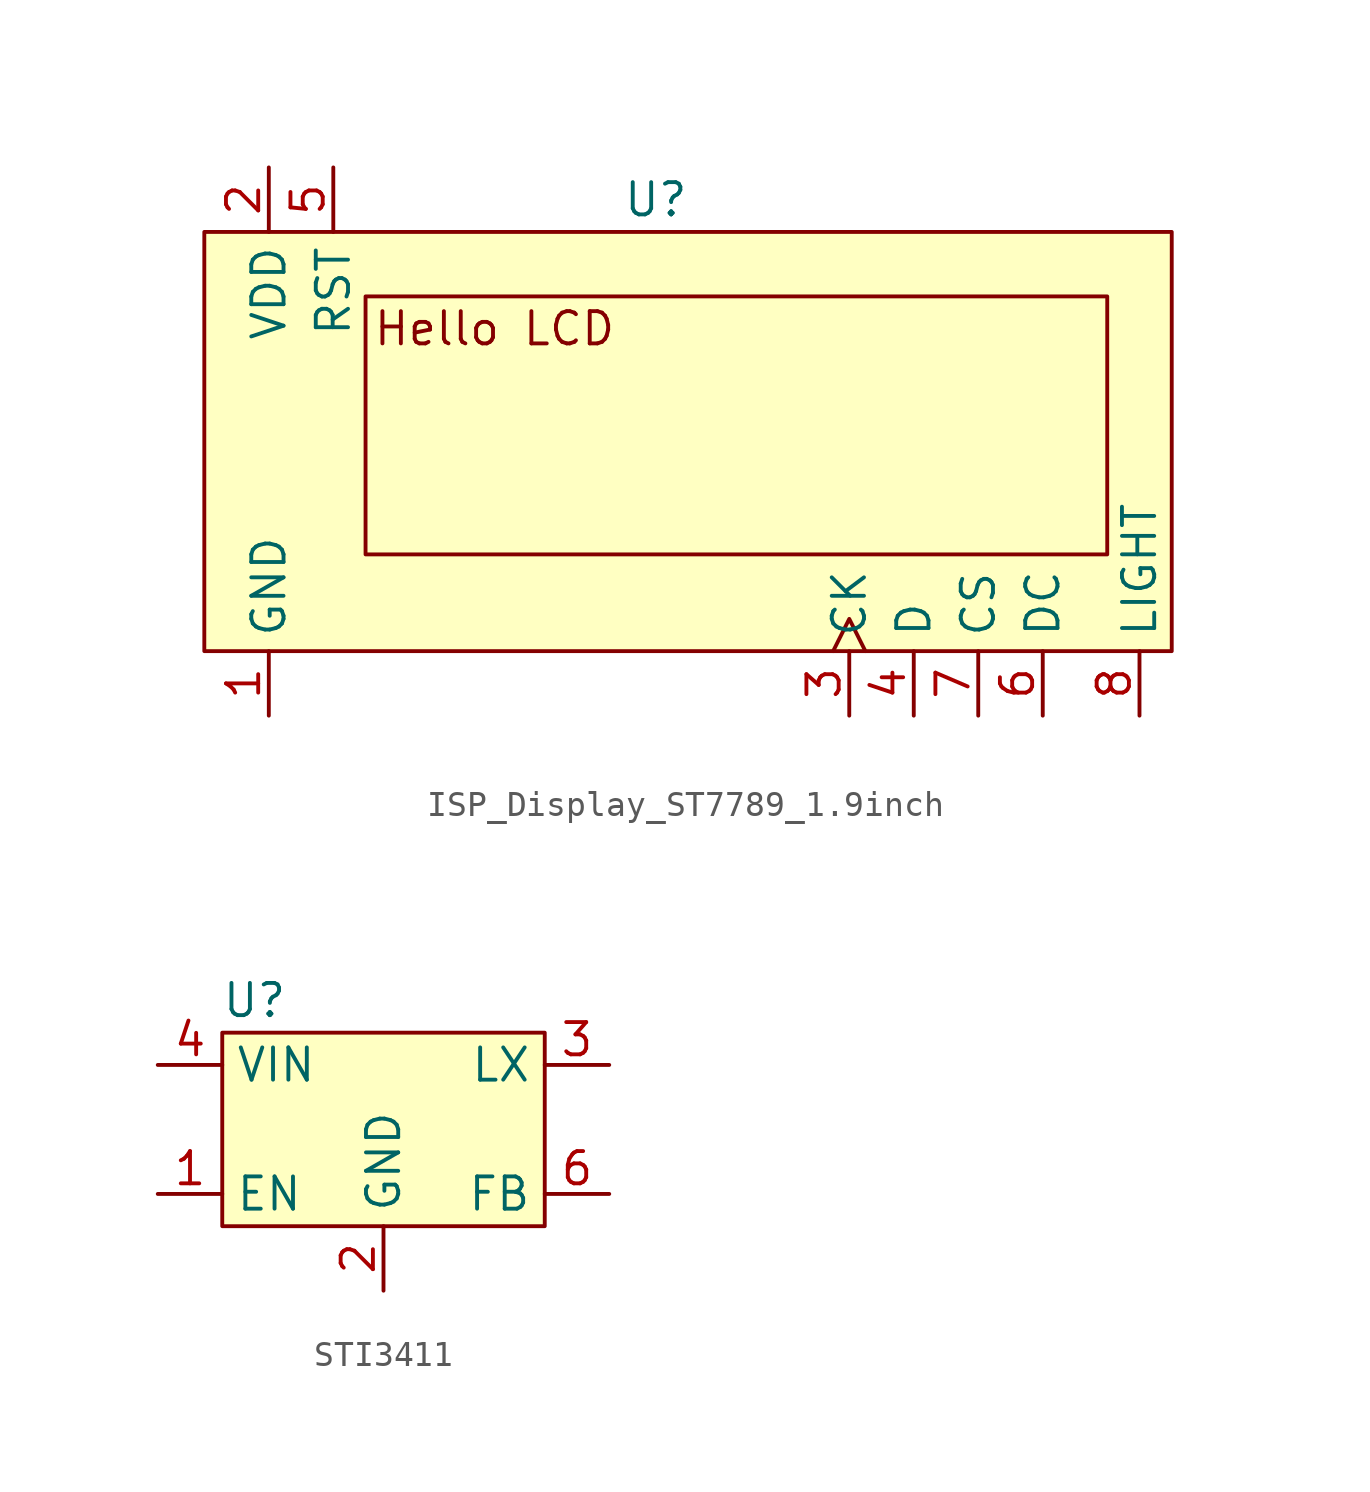
<source format=kicad_sym>
(kicad_symbol_lib
  (version 20220914)
  (generator kicad_symbol_editor)
  (symbol "ISP_Display_ST7789_1.9inch"
    (property "Reference" "U"
      (at 17.78 1.27 0)
      (effects (font (size 1.27 1.27))))
    (property "Value" ""
      (at 0 0 0)
      (effects (font (size 1.27 1.27))))
    (symbol "ISP_Display_ST7789_1.9inch_1_1"
      (rectangle (start 0 0) (end 38.1 -16.51) (stroke (width 0) (type default)) (fill (type background)))
      (rectangle (start 6.35 -2.54) (end 35.56 -12.7) (stroke (width 0) (type default)) (fill (type none)))
      (text "Hello LCD\n" (at 11.43 -3.81 0) (effects (font (size 1.27 1.27))))
      (pin power_in line (at 2.54 -19.05 90) (length 2.54) (name "GND" (effects (font (size 1.27 1.27)))) (number "1" (effects (font (size 1.27 1.27)))))
      (pin power_in line (at 2.54 2.54 270) (length 2.54) (name "VDD" (effects (font (size 1.27 1.27)))) (number "2" (effects (font (size 1.27 1.27)))))
      (pin input clock (at 25.4 -19.05 90) (length 2.54) (name "CK" (effects (font (size 1.27 1.27)))) (number "3" (effects (font (size 1.27 1.27)))))
      (pin input line (at 27.94 -19.05 90) (length 2.54) (name "D" (effects (font (size 1.27 1.27)))) (number "4" (effects (font (size 1.27 1.27)))))
      (pin input line (at 5.08 2.54 270) (length 2.54) (name "RST" (effects (font (size 1.27 1.27)))) (number "5" (effects (font (size 1.27 1.27)))))
      (pin input line (at 33.02 -19.05 90) (length 2.54) (name "DC" (effects (font (size 1.27 1.27)))) (number "6" (effects (font (size 1.27 1.27)))))
      (pin input line (at 30.48 -19.05 90) (length 2.54) (name "CS" (effects (font (size 1.27 1.27)))) (number "7" (effects (font (size 1.27 1.27)))))
      (pin power_in line (at 36.83 -19.05 90) (length 2.54) (name "LIGHT" (effects (font (size 1.27 1.27)))) (number "8" (effects (font (size 1.27 1.27)))))))
  (symbol "STI3411"
    (property "Reference" "U"
      (at 1.27 1.27 0)
      (effects (font (size 1.27 1.27))))
    (property "Value" ""
      (at 0 0 0)
      (effects (font (size 1.27 1.27))))
    (symbol "STI3411_1_1"
      (rectangle (start 0 0) (end 12.7 -7.62) (stroke (width 0) (type default)) (fill (type background)))
      (pin input line (at -2.54 -6.35 0) (length 2.54) (name "EN" (effects (font (size 1.27 1.27)))) (number "1" (effects (font (size 1.27 1.27)))))
      (pin power_in line (at 6.35 -10.16 90) (length 2.54) (name "GND" (effects (font (size 1.27 1.27)))) (number "2" (effects (font (size 1.27 1.27)))))
      (pin power_out line (at 15.24 -1.27 180) (length 2.54) (name "LX" (effects (font (size 1.27 1.27)))) (number "3" (effects (font (size 1.27 1.27)))))
      (pin power_in line (at -2.54 -1.27 0) (length 2.54) (name "VIN" (effects (font (size 1.27 1.27)))) (number "4" (effects (font (size 1.27 1.27)))))
      (pin input line (at 15.24 -6.35 180) (length 2.54) (name "FB" (effects (font (size 1.27 1.27)))) (number "6" (effects (font (size 1.27 1.27))))))))
</source>
